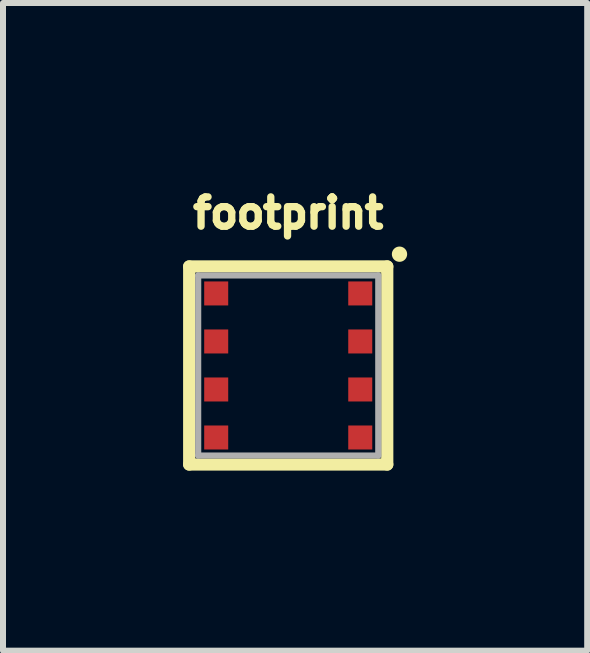
<source format=kicad_pcb>
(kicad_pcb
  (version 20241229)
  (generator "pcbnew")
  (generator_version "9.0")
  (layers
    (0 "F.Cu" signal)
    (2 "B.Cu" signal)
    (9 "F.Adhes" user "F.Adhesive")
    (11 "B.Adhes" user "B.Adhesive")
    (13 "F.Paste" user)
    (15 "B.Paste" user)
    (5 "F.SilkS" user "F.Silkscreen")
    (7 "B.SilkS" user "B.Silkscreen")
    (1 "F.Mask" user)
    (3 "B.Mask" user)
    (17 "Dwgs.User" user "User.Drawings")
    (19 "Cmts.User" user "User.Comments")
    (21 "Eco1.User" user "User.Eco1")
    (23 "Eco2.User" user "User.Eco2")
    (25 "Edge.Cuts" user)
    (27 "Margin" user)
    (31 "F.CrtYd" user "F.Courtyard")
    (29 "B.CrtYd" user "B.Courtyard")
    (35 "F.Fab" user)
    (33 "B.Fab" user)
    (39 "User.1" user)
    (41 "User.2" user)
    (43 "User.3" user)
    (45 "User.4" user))
  (footprint "footprint"
    (layer "F.Cu")
    (at 1.752 3.039)
    (property "Reference" "footprint" (at 0 -2.54 0) (layer "F.SilkS") (effects (font (size 0.488 0.488) (thickness 0.122))))
    (fp_line (start -1.65 -1.65) (end -1.65 1.65) (stroke (width 0.203) (type solid)) (layer "F.SilkS"))
    (fp_line (start -1.65 -1.65) (end 1.65 -1.65) (stroke (width 0.203) (type solid)) (layer "F.SilkS"))
    (fp_line (start 1.65 -1.65) (end 1.65 1.65) (stroke (width 0.203) (type solid)) (layer "F.SilkS"))
    (fp_line (start 1.65 1.65) (end -1.65 1.65) (stroke (width 0.203) (type solid)) (layer "F.SilkS"))
    (fp_circle (center 1.854 -1.854) (end 1.918 -1.854) (stroke (width 0.127) (type solid)) (fill yes) (layer "F.SilkS"))
    (fp_line (start -1.5 -1.5) (end 1.5 -1.5) (stroke (width 0.102) (type solid)) (layer "F.Fab"))
    (fp_line (start -1.5 1.5) (end -1.5 -1.5) (stroke (width 0.102) (type solid)) (layer "F.Fab"))
    (fp_line (start 1.5 -1.5) (end 1.5 1.5) (stroke (width 0.102) (type solid)) (layer "F.Fab"))
    (fp_line (start 1.5 1.5) (end -1.5 1.5) (stroke (width 0.102) (type solid)) (layer "F.Fab"))
    (pad "1" smd rect (at 1.2 -1.2) (size 0.4 0.4) (layers "F.Cu" "F.Mask" "F.Paste"))
    (pad "2" smd rect (at 1.2 -0.4) (size 0.4 0.4) (layers "F.Cu" "F.Mask" "F.Paste"))
    (pad "3" smd rect (at 1.2 0.4) (size 0.4 0.4) (layers "F.Cu" "F.Mask" "F.Paste"))
    (pad "4" smd rect (at 1.2 1.2) (size 0.4 0.4) (layers "F.Cu" "F.Mask" "F.Paste"))
    (pad "5" smd rect (at -1.2 1.2) (size 0.4 0.4) (layers "F.Cu" "F.Mask" "F.Paste"))
    (pad "6" smd rect (at -1.2 0.4) (size 0.4 0.4) (layers "F.Cu" "F.Mask" "F.Paste"))
    (pad "7" smd rect (at -1.2 -0.4) (size 0.4 0.4) (layers "F.Cu" "F.Mask" "F.Paste"))
    (pad "8" smd rect (at -1.2 -1.2) (size 0.4 0.4) (layers "F.Cu" "F.Mask" "F.Paste")))
  (gr_rect
    (start -3 -3)
    (end 6.733 7.791)
    (stroke (width 0.1) (type default))
    (fill no)
    (layer "Edge.Cuts")))
</source>
